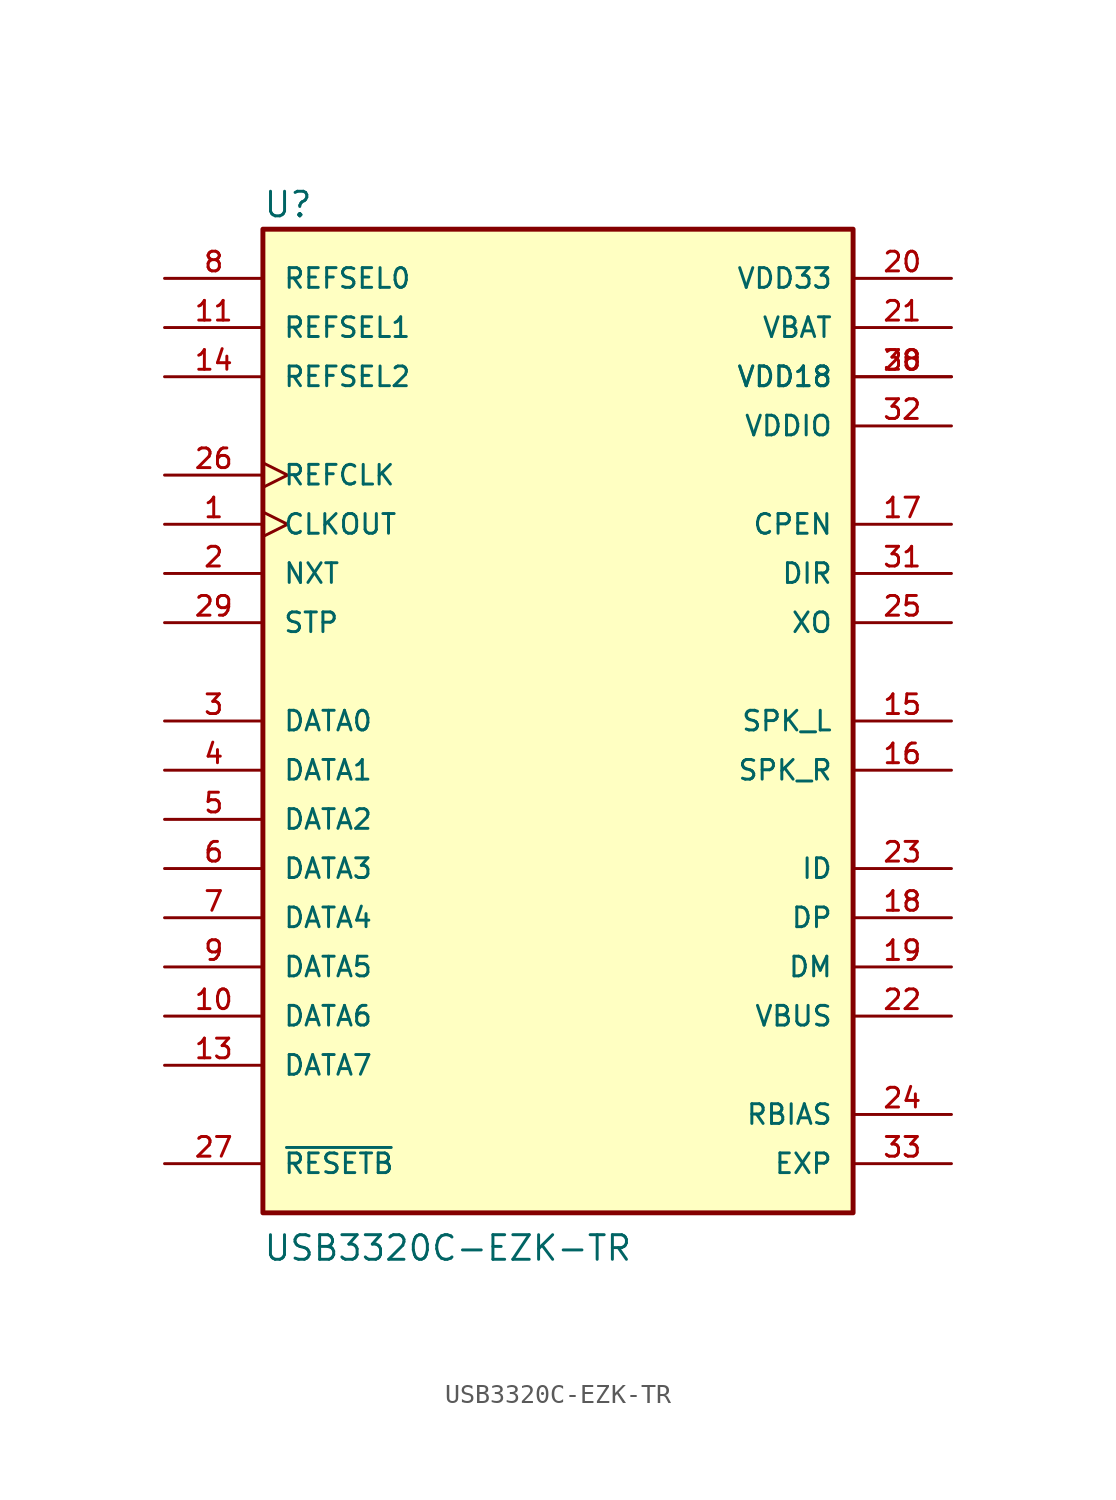
<source format=kicad_sym>
(kicad_symbol_lib
  (version 20211014)
  (generator kicad_symbol_editor)
  (symbol "USB3320C-EZK-TR"
    (pin_names
      (offset 1.016))
    (property "Reference" "U"
      (at -15.25 25.926 0)
      (effects (font (size 1.27 1.27)) (justify bottom left)))
    (property "Value" "USB3320C-EZK-TR"
      (at -15.253 -27.963 0)
      (effects (font (size 1.27 1.27)) (justify bottom left)))
    (symbol "USB3320C-EZK-TR_0_0"
      (rectangle (start -15.24 -25.4) (end 15.24 25.4) (stroke (width 0.254)) (fill (type background)))
      (pin output clock (at -20.32 10.16 0) (length 5.08) (name "CLKOUT" (effects (font (size 1.016 1.016)))) (number "1" (effects (font (size 1.016 1.016)))))
      (pin output line (at -20.32 7.62 0) (length 5.08) (name "NXT" (effects (font (size 1.016 1.016)))) (number "2" (effects (font (size 1.016 1.016)))))
      (pin bidirectional line (at -20.32 0.0 0) (length 5.08) (name "DATA0" (effects (font (size 1.016 1.016)))) (number "3" (effects (font (size 1.016 1.016)))))
      (pin bidirectional line (at -20.32 -5.08 0) (length 5.08) (name "DATA2" (effects (font (size 1.016 1.016)))) (number "5" (effects (font (size 1.016 1.016)))))
      (pin bidirectional line (at -20.32 -2.54 0) (length 5.08) (name "DATA1" (effects (font (size 1.016 1.016)))) (number "4" (effects (font (size 1.016 1.016)))))
      (pin bidirectional line (at -20.32 -7.62 0) (length 5.08) (name "DATA3" (effects (font (size 1.016 1.016)))) (number "6" (effects (font (size 1.016 1.016)))))
      (pin bidirectional line (at -20.32 -10.16 0) (length 5.08) (name "DATA4" (effects (font (size 1.016 1.016)))) (number "7" (effects (font (size 1.016 1.016)))))
      (pin input line (at -20.32 22.86 0) (length 5.08) (name "REFSEL0" (effects (font (size 1.016 1.016)))) (number "8" (effects (font (size 1.016 1.016)))))
      (pin bidirectional line (at -20.32 -12.7 0) (length 5.08) (name "DATA5" (effects (font (size 1.016 1.016)))) (number "9" (effects (font (size 1.016 1.016)))))
      (pin bidirectional line (at -20.32 -15.24 0) (length 5.08) (name "DATA6" (effects (font (size 1.016 1.016)))) (number "10" (effects (font (size 1.016 1.016)))))
      (pin input line (at -20.32 20.32 0) (length 5.08) (name "REFSEL1" (effects (font (size 1.016 1.016)))) (number "11" (effects (font (size 1.016 1.016)))))
      (pin bidirectional line (at -20.32 -17.78 0) (length 5.08) (name "DATA7" (effects (font (size 1.016 1.016)))) (number "13" (effects (font (size 1.016 1.016)))))
      (pin input line (at -20.32 17.78 0) (length 5.08) (name "REFSEL2" (effects (font (size 1.016 1.016)))) (number "14" (effects (font (size 1.016 1.016)))))
      (pin bidirectional line (at 20.32 0.0 180.0) (length 5.08) (name "SPK_L" (effects (font (size 1.016 1.016)))) (number "15" (effects (font (size 1.016 1.016)))))
      (pin bidirectional line (at 20.32 -2.54 180.0) (length 5.08) (name "SPK_R" (effects (font (size 1.016 1.016)))) (number "16" (effects (font (size 1.016 1.016)))))
      (pin output line (at 20.32 10.16 180.0) (length 5.08) (name "CPEN" (effects (font (size 1.016 1.016)))) (number "17" (effects (font (size 1.016 1.016)))))
      (pin bidirectional line (at 20.32 -10.16 180.0) (length 5.08) (name "DP" (effects (font (size 1.016 1.016)))) (number "18" (effects (font (size 1.016 1.016)))))
      (pin bidirectional line (at 20.32 -12.7 180.0) (length 5.08) (name "DM" (effects (font (size 1.016 1.016)))) (number "19" (effects (font (size 1.016 1.016)))))
      (pin power_in line (at 20.32 22.86 180.0) (length 5.08) (name "VDD33" (effects (font (size 1.016 1.016)))) (number "20" (effects (font (size 1.016 1.016)))))
      (pin power_in line (at 20.32 20.32 180.0) (length 5.08) (name "VBAT" (effects (font (size 1.016 1.016)))) (number "21" (effects (font (size 1.016 1.016)))))
      (pin power_in line (at 20.32 -15.24 180.0) (length 5.08) (name "VBUS" (effects (font (size 1.016 1.016)))) (number "22" (effects (font (size 1.016 1.016)))))
      (pin input line (at 20.32 -7.62 180.0) (length 5.08) (name "ID" (effects (font (size 1.016 1.016)))) (number "23" (effects (font (size 1.016 1.016)))))
      (pin bidirectional line (at 20.32 -20.32 180.0) (length 5.08) (name "RBIAS" (effects (font (size 1.016 1.016)))) (number "24" (effects (font (size 1.016 1.016)))))
      (pin output line (at 20.32 5.08 180.0) (length 5.08) (name "XO" (effects (font (size 1.016 1.016)))) (number "25" (effects (font (size 1.016 1.016)))))
      (pin input clock (at -20.32 12.7 0) (length 5.08) (name "REFCLK" (effects (font (size 1.016 1.016)))) (number "26" (effects (font (size 1.016 1.016)))))
      (pin input line (at -20.32 -22.86 0) (length 5.08) (name "~{RESETB}" (effects (font (size 1.016 1.016)))) (number "27" (effects (font (size 1.016 1.016)))))
      (pin power_in line (at 20.32 17.78 180.0) (length 5.08) (name "VDD18" (effects (font (size 1.016 1.016)))) (number "28" (effects (font (size 1.016 1.016)))))
      (pin power_in line (at 20.32 17.78 180.0) (length 5.08) (name "VDD18" (effects (font (size 1.016 1.016)))) (number "30" (effects (font (size 1.016 1.016)))))
      (pin input line (at -20.32 5.08 0) (length 5.08) (name "STP" (effects (font (size 1.016 1.016)))) (number "29" (effects (font (size 1.016 1.016)))))
      (pin output line (at 20.32 7.62 180.0) (length 5.08) (name "DIR" (effects (font (size 1.016 1.016)))) (number "31" (effects (font (size 1.016 1.016)))))
      (pin power_in line (at 20.32 15.24 180.0) (length 5.08) (name "VDDIO" (effects (font (size 1.016 1.016)))) (number "32" (effects (font (size 1.016 1.016)))))
      (pin power_in line (at 20.32 -22.86 180.0) (length 5.08) (name "EXP" (effects (font (size 1.016 1.016)))) (number "33" (effects (font (size 1.016 1.016))))))))
</source>
